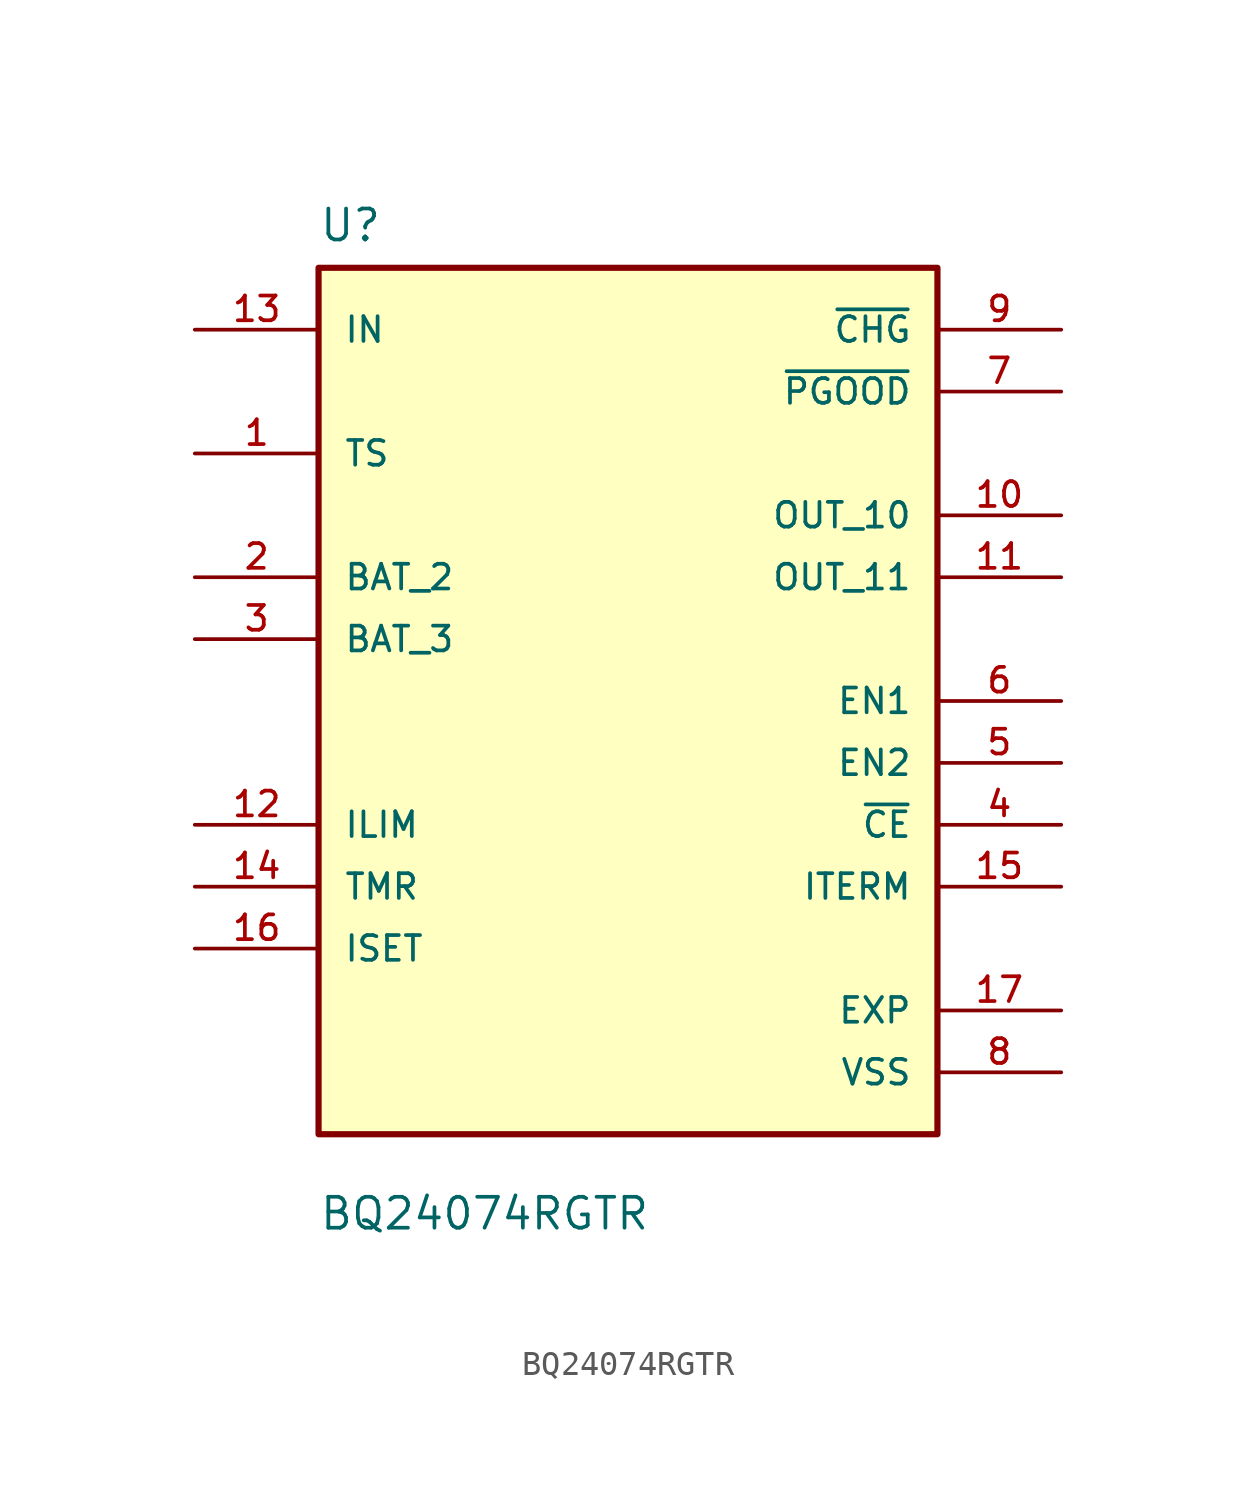
<source format=kicad_sym>
(kicad_symbol_lib
  (version 20241209)
  (generator "kicad_symbol_editor")
  (generator_version "9.0")
  (symbol "BQ24074RGTR"
    (pin_names
      (offset 1.016))
    (property "Reference" "U"
      (at -12.7 18.78 0)
      (effects (font (size 1.27 1.27)) (justify left bottom)))
    (property "Value" "BQ24074RGTR"
      (at -12.7 -21.78 0)
      (effects (font (size 1.27 1.27)) (justify left bottom)))
    (symbol "BQ24074RGTR_0_0"
      (rectangle (start -12.7 -17.78) (end 12.7 17.78) (stroke (width 0.254) (type default)) (fill (type background)))
      (pin input line (at -17.78 15.24 0) (length 5.08) (name "IN" (effects (font (size 1.016 1.016)))) (number "13" (effects (font (size 1.016 1.016)))))
      (pin input line (at -17.78 10.16 0) (length 5.08) (name "TS" (effects (font (size 1.016 1.016)))) (number "1" (effects (font (size 1.016 1.016)))))
      (pin bidirectional line (at -17.78 5.08 0) (length 5.08) (name "BAT_2" (effects (font (size 1.016 1.016)))) (number "2" (effects (font (size 1.016 1.016)))))
      (pin bidirectional line (at -17.78 2.54 0) (length 5.08) (name "BAT_3" (effects (font (size 1.016 1.016)))) (number "3" (effects (font (size 1.016 1.016)))))
      (pin input line (at -17.78 -5.08 0) (length 5.08) (name "ILIM" (effects (font (size 1.016 1.016)))) (number "12" (effects (font (size 1.016 1.016)))))
      (pin input line (at -17.78 -7.62 0) (length 5.08) (name "TMR" (effects (font (size 1.016 1.016)))) (number "14" (effects (font (size 1.016 1.016)))))
      (pin bidirectional line (at -17.78 -10.16 0) (length 5.08) (name "ISET" (effects (font (size 1.016 1.016)))) (number "16" (effects (font (size 1.016 1.016)))))
      (pin output line (at 17.78 15.24 180) (length 5.08) (name "~{CHG}" (effects (font (size 1.016 1.016)))) (number "9" (effects (font (size 1.016 1.016)))))
      (pin output line (at 17.78 12.7 180) (length 5.08) (name "~{PGOOD}" (effects (font (size 1.016 1.016)))) (number "7" (effects (font (size 1.016 1.016)))))
      (pin output line (at 17.78 7.62 180) (length 5.08) (name "OUT_10" (effects (font (size 1.016 1.016)))) (number "10" (effects (font (size 1.016 1.016)))))
      (pin output line (at 17.78 5.08 180) (length 5.08) (name "OUT_11" (effects (font (size 1.016 1.016)))) (number "11" (effects (font (size 1.016 1.016)))))
      (pin input line (at 17.78 0 180) (length 5.08) (name "EN1" (effects (font (size 1.016 1.016)))) (number "6" (effects (font (size 1.016 1.016)))))
      (pin input line (at 17.78 -2.54 180) (length 5.08) (name "EN2" (effects (font (size 1.016 1.016)))) (number "5" (effects (font (size 1.016 1.016)))))
      (pin input line (at 17.78 -5.08 180) (length 5.08) (name "~{CE}" (effects (font (size 1.016 1.016)))) (number "4" (effects (font (size 1.016 1.016)))))
      (pin input line (at 17.78 -7.62 180) (length 5.08) (name "ITERM" (effects (font (size 1.016 1.016)))) (number "15" (effects (font (size 1.016 1.016)))))
      (pin power_in line (at 17.78 -12.7 180) (length 5.08) (name "EXP" (effects (font (size 1.016 1.016)))) (number "17" (effects (font (size 1.016 1.016)))))
      (pin power_in line (at 17.78 -15.24 180) (length 5.08) (name "VSS" (effects (font (size 1.016 1.016)))) (number "8" (effects (font (size 1.016 1.016))))))))
</source>
